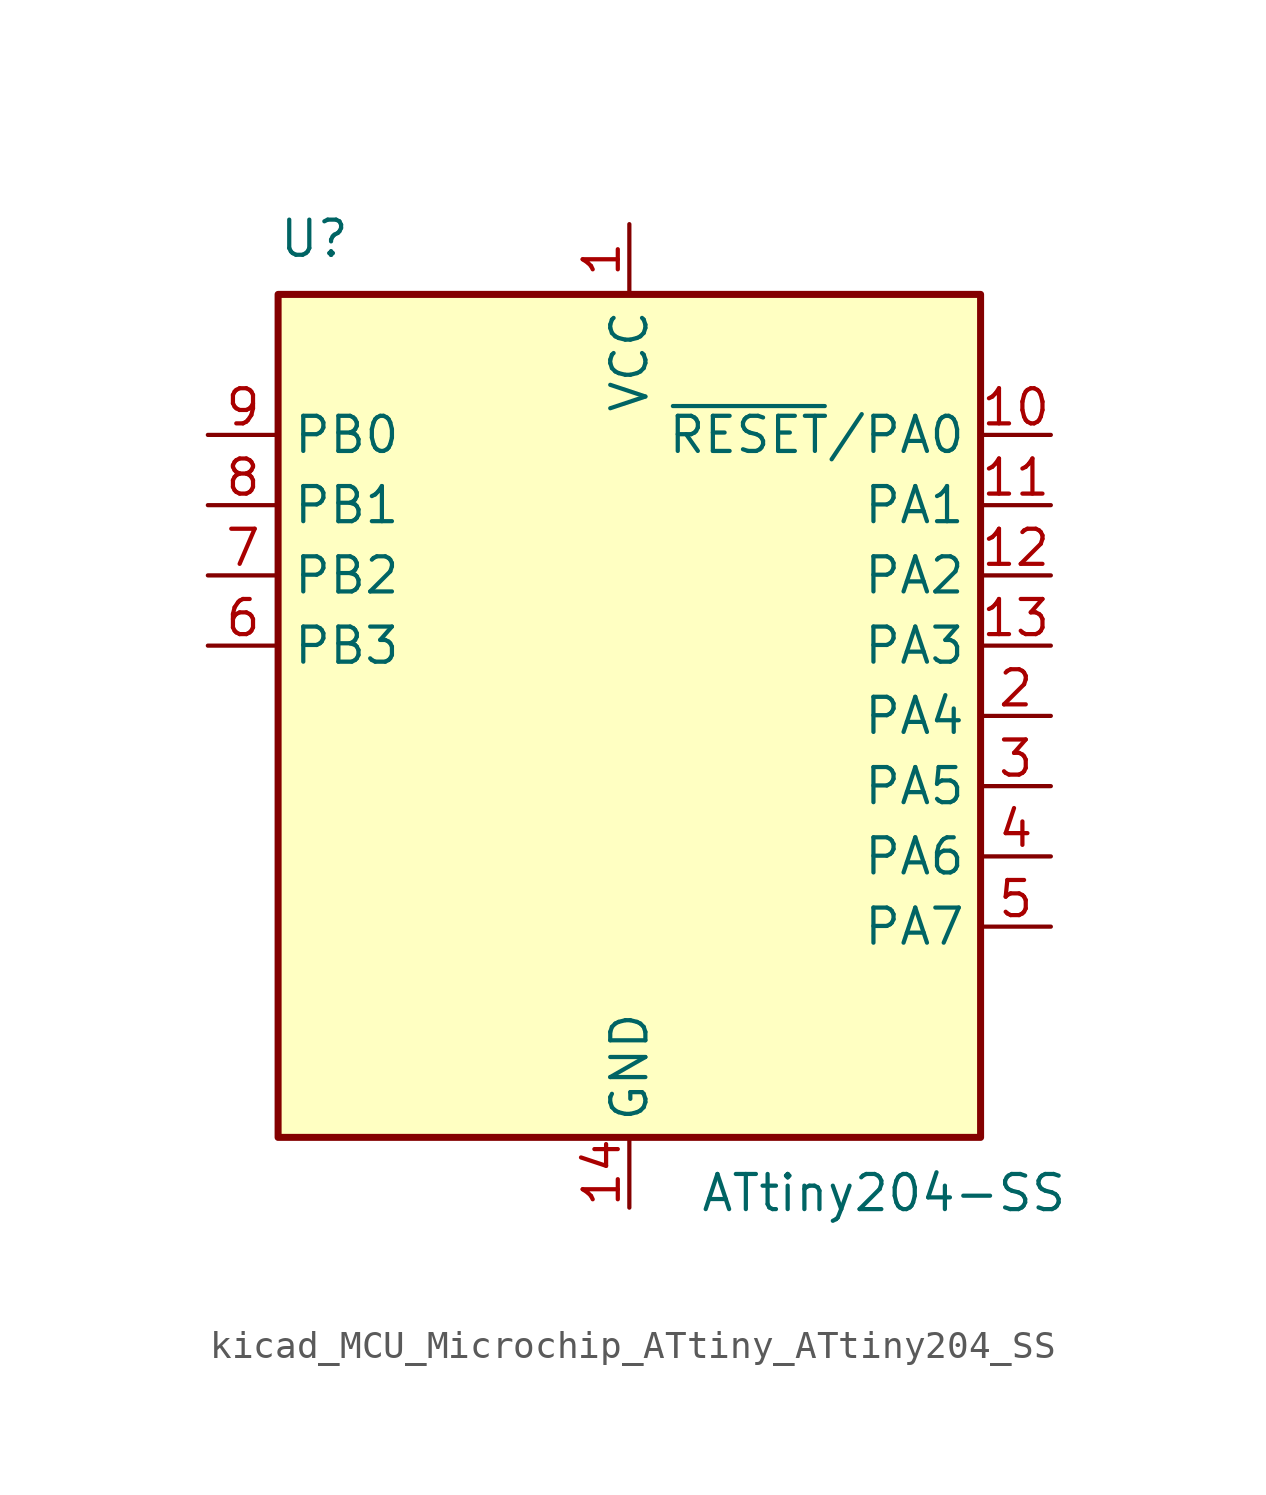
<source format=kicad_sym>
(kicad_symbol_lib
  (version 20220914)
  (generator kicad_symbol_editor)
  (symbol "kicad_MCU_Microchip_ATtiny_ATtiny204_SS"
    (property "Reference" "U"
      (at -12.7 16.51 0)
      (effects (font (size 1.27 1.27)) (justify left bottom)))
    (property "Value" "ATtiny204-SS"
      (at 2.54 -16.51 0)
      (effects (font (size 1.27 1.27)) (justify left top)))
    (symbol "kicad_MCU_Microchip_ATtiny_ATtiny204_SS_0_1"
      (rectangle (start -12.7 -15.24) (end 12.7 15.24) (stroke (width 0.254) (type default)) (fill (type background))))
    (symbol "kicad_MCU_Microchip_ATtiny_ATtiny204_SS_1_1"
      (pin power_in line (at 0 17.78 270) (length 2.54) (name "VCC" (effects (font (size 1.27 1.27)))) (number "1" (effects (font (size 1.27 1.27)))))
      (pin bidirectional line (at 15.24 10.16 180) (length 2.54) (name "~{RESET}/PA0" (effects (font (size 1.27 1.27)))) (number "10" (effects (font (size 1.27 1.27)))))
      (pin bidirectional line (at 15.24 7.62 180) (length 2.54) (name "PA1" (effects (font (size 1.27 1.27)))) (number "11" (effects (font (size 1.27 1.27)))))
      (pin bidirectional line (at 15.24 5.08 180) (length 2.54) (name "PA2" (effects (font (size 1.27 1.27)))) (number "12" (effects (font (size 1.27 1.27)))))
      (pin bidirectional line (at 15.24 2.54 180) (length 2.54) (name "PA3" (effects (font (size 1.27 1.27)))) (number "13" (effects (font (size 1.27 1.27)))))
      (pin power_in line (at 0 -17.78 90) (length 2.54) (name "GND" (effects (font (size 1.27 1.27)))) (number "14" (effects (font (size 1.27 1.27)))))
      (pin bidirectional line (at 15.24 0 180) (length 2.54) (name "PA4" (effects (font (size 1.27 1.27)))) (number "2" (effects (font (size 1.27 1.27)))))
      (pin bidirectional line (at 15.24 -2.54 180) (length 2.54) (name "PA5" (effects (font (size 1.27 1.27)))) (number "3" (effects (font (size 1.27 1.27)))))
      (pin bidirectional line (at 15.24 -5.08 180) (length 2.54) (name "PA6" (effects (font (size 1.27 1.27)))) (number "4" (effects (font (size 1.27 1.27)))))
      (pin bidirectional line (at 15.24 -7.62 180) (length 2.54) (name "PA7" (effects (font (size 1.27 1.27)))) (number "5" (effects (font (size 1.27 1.27)))))
      (pin bidirectional line (at -15.24 2.54 0) (length 2.54) (name "PB3" (effects (font (size 1.27 1.27)))) (number "6" (effects (font (size 1.27 1.27)))))
      (pin bidirectional line (at -15.24 5.08 0) (length 2.54) (name "PB2" (effects (font (size 1.27 1.27)))) (number "7" (effects (font (size 1.27 1.27)))))
      (pin bidirectional line (at -15.24 7.62 0) (length 2.54) (name "PB1" (effects (font (size 1.27 1.27)))) (number "8" (effects (font (size 1.27 1.27)))))
      (pin bidirectional line (at -15.24 10.16 0) (length 2.54) (name "PB0" (effects (font (size 1.27 1.27)))) (number "9" (effects (font (size 1.27 1.27))))))))
</source>
